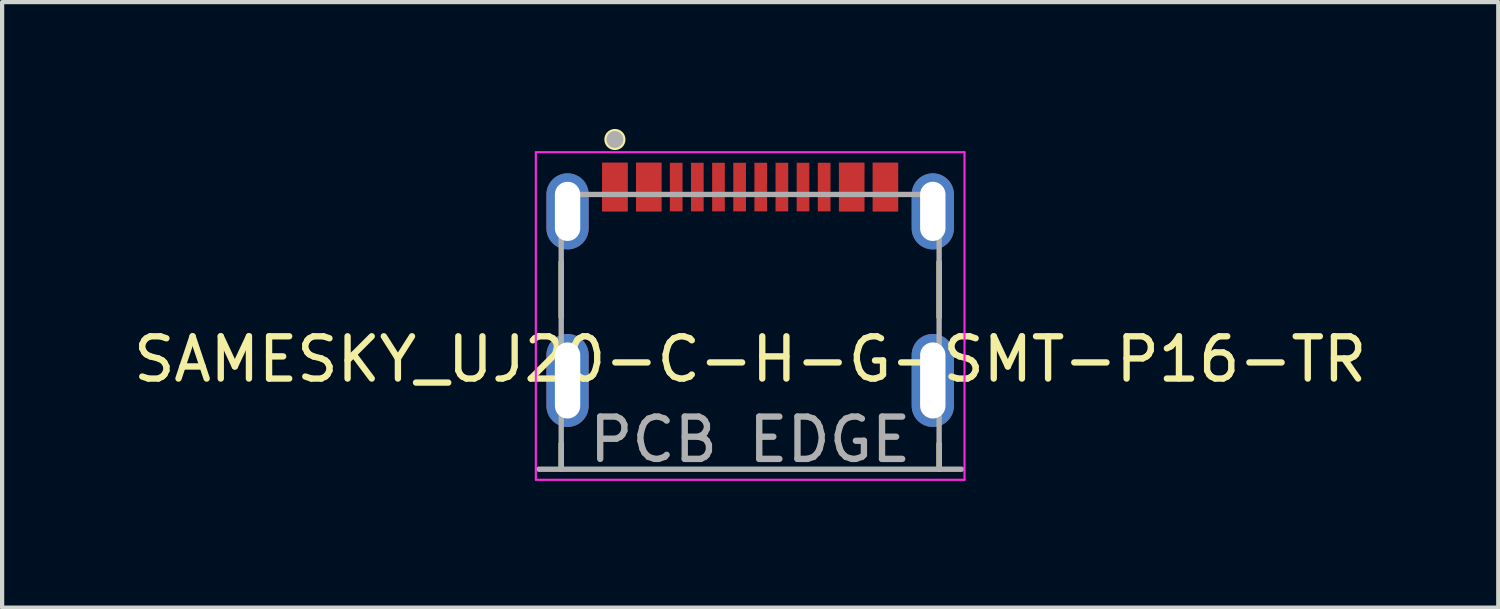
<source format=kicad_pcb>
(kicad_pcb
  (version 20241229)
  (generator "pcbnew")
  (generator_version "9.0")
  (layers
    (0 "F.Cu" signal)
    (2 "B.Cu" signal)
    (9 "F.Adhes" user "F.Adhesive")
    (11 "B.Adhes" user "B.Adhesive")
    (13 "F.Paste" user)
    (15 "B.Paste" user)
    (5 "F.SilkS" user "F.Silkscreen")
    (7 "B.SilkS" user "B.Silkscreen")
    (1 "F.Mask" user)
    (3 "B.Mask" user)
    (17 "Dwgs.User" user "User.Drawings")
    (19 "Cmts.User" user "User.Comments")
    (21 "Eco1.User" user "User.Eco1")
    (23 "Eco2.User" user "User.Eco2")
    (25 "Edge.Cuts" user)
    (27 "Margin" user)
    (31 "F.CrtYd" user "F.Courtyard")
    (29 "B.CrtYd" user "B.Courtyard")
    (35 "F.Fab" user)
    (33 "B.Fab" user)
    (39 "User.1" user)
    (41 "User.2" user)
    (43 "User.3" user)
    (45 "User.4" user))
  (footprint "SAMESKY_UJ20-C-H-G-SMT-P16-TR"
    (layer "F.Cu")
    (at 14.696 5.95)
    (property "Reference" "SAMESKY_UJ20-C-H-G-SMT-P16-TR" (at 0 -0.5 0) (layer "F.SilkS") (effects (font (size 1 1) (thickness 0.15))))
    (attr smd)
    (fp_line (start -4.47 -2.8) (end -4.47 -1.5) (stroke (width 0.127) (type solid)) (layer "F.SilkS"))
    (fp_line (start -4.47 2.1) (end -4.47 1.5) (stroke (width 0.127) (type solid)) (layer "F.SilkS"))
    (fp_line (start 4.47 -2.8) (end 4.47 -1.5) (stroke (width 0.127) (type solid)) (layer "F.SilkS"))
    (fp_line (start 4.47 2.1) (end 4.47 1.5) (stroke (width 0.127) (type solid)) (layer "F.SilkS"))
    (fp_circle (center -3.2 -5.7) (end -2.95 -5.7) (stroke (width 0) (type solid)) (fill yes) (layer "F.SilkS"))
    (fp_line (start -5.07 -5.4) (end -5.07 2.35) (stroke (width 0.05) (type solid)) (layer "F.CrtYd"))
    (fp_line (start -5.07 2.35) (end 5.07 2.35) (stroke (width 0.05) (type solid)) (layer "F.CrtYd"))
    (fp_line (start 5.07 -5.4) (end -5.07 -5.4) (stroke (width 0.05) (type solid)) (layer "F.CrtYd"))
    (fp_line (start 5.07 2.35) (end 5.07 -5.4) (stroke (width 0.05) (type solid)) (layer "F.CrtYd"))
    (fp_line (start -5 2.1) (end 5 2.1) (stroke (width 0.127) (type solid)) (layer "F.Fab"))
    (fp_line (start -4.47 -4.4) (end -4.47 2.1) (stroke (width 0.127) (type solid)) (layer "F.Fab"))
    (fp_line (start 4.47 -4.4) (end -4.47 -4.4) (stroke (width 0.127) (type solid)) (layer "F.Fab"))
    (fp_line (start 4.47 2.1) (end 4.47 -4.4) (stroke (width 0.127) (type solid)) (layer "F.Fab"))
    (fp_circle (center -3.2 -5.7) (end -3.1 -5.7) (stroke (width 0.2) (type solid)) (fill no) (layer "F.Fab"))
    (fp_text user "PCB EDGE" (at 0 1.4 0) (layer "F.Fab") (effects (font (size 1 1) (thickness 0.15))))
    (pad "A1" smd rect (at -3.2 -4.575) (size 0.6 1.15) (layers "F.Cu" "F.Mask" "F.Paste"))
    (pad "A4" smd rect (at -2.4 -4.575) (size 0.6 1.15) (layers "F.Cu" "F.Mask" "F.Paste"))
    (pad "A5" smd rect (at -1.25 -4.575) (size 0.3 1.15) (layers "F.Cu" "F.Mask" "F.Paste"))
    (pad "A6" smd rect (at -0.25 -4.575) (size 0.3 1.15) (layers "F.Cu" "F.Mask" "F.Paste"))
    (pad "A7" smd rect (at 0.25 -4.575) (size 0.3 1.15) (layers "F.Cu" "F.Mask" "F.Paste"))
    (pad "A8" smd rect (at 1.25 -4.575) (size 0.3 1.15) (layers "F.Cu" "F.Mask" "F.Paste"))
    (pad "A9" smd rect (at 2.4 -4.575) (size 0.6 1.15) (layers "F.Cu" "F.Mask" "F.Paste"))
    (pad "A12" smd rect (at 3.2 -4.575) (size 0.6 1.15) (layers "F.Cu" "F.Mask" "F.Paste"))
    (pad "B1" smd rect (at 3.2 -4.575) (size 0.6 1.15) (layers "F.Cu" "F.Mask" "F.Paste"))
    (pad "B4" smd rect (at 2.4 -4.575) (size 0.6 1.15) (layers "F.Cu" "F.Mask" "F.Paste"))
    (pad "B5" smd rect (at 1.75 -4.575) (size 0.3 1.15) (layers "F.Cu" "F.Mask" "F.Paste"))
    (pad "B6" smd rect (at 0.75 -4.575) (size 0.3 1.15) (layers "F.Cu" "F.Mask" "F.Paste"))
    (pad "B7" smd rect (at -0.75 -4.575) (size 0.3 1.15) (layers "F.Cu" "F.Mask" "F.Paste"))
    (pad "B8" smd rect (at -1.75 -4.575) (size 0.3 1.15) (layers "F.Cu" "F.Mask" "F.Paste"))
    (pad "B9" smd rect (at -2.4 -4.575) (size 0.6 1.15) (layers "F.Cu" "F.Mask" "F.Paste"))
    (pad "B12" smd rect (at -3.2 -4.575) (size 0.6 1.15) (layers "F.Cu" "F.Mask" "F.Paste"))
    (pad "S1" thru_hole oval (at -4.32 -4) (size 1 1.8) (drill oval 0.6 1.4) (layers "*.Cu" "*.Mask"))
    (pad "S1" thru_hole oval (at -4.32 0) (size 1 2.2) (drill oval 0.6 1.8) (layers "*.Cu" "*.Mask"))
    (pad "S1" thru_hole oval (at 4.32 -4) (size 1 1.8) (drill oval 0.6 1.4) (layers "*.Cu" "*.Mask"))
    (pad "S1" thru_hole oval (at 4.32 0) (size 1 2.2) (drill oval 0.6 1.8) (layers "*.Cu" "*.Mask")))
  (gr_rect
    (start -3 -3)
    (end 32.393 11.325)
    (stroke (width 0.1) (type default))
    (fill no)
    (layer "Edge.Cuts")))
</source>
